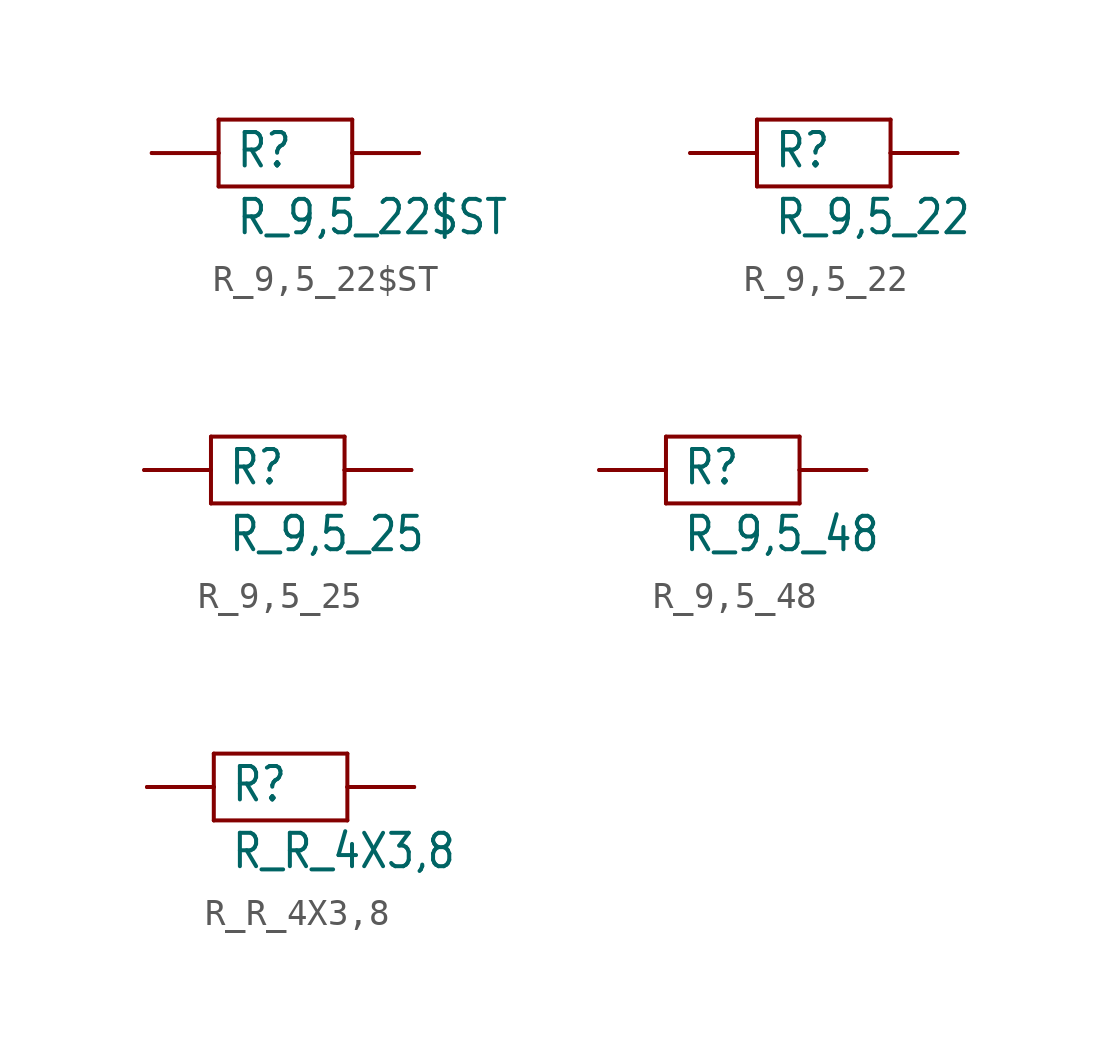
<source format=kicad_sym>
(kicad_symbol_lib
  (version 20201005)
  (generator kicad_symbol_editor)
  (symbol "R_9,5_22$ST"
    (property "Reference" "R"
      (at -1.905 -0.635 0)
      (effects (font (size 1.27 1.079)) (justify left bottom)))
    (property "Value" "R_9,5_22$ST"
      (at -1.905 -3.175 0)
      (effects (font (size 1.27 1.079)) (justify left bottom)))
    (property "ki_locked" ""
      (at 0 0 0)
      (effects (font (size 1.27 1.27))))
    (symbol "R_9,5_22$ST_1_0"
      (polyline (pts (xy -5.08 0) (xy -2.54 0)) (stroke (width 0.152)) (fill (type none)))
      (polyline (pts (xy 2.54 0) (xy 5.08 0)) (stroke (width 0.152)) (fill (type none)))
      (polyline (pts (xy -2.54 1.27) (xy -2.54 0)) (stroke (width 0.152)) (fill (type none)))
      (polyline (pts (xy -2.54 0) (xy -2.54 -1.27)) (stroke (width 0.152)) (fill (type none)))
      (polyline (pts (xy -2.54 -1.27) (xy 2.54 -1.27)) (stroke (width 0.152)) (fill (type none)))
      (polyline (pts (xy 2.54 -1.27) (xy 2.54 0)) (stroke (width 0.152)) (fill (type none)))
      (polyline (pts (xy 2.54 0) (xy 2.54 1.27)) (stroke (width 0.152)) (fill (type none)))
      (polyline (pts (xy 2.54 1.27) (xy -2.54 1.27)) (stroke (width 0.152)) (fill (type none)))
      (pin passive line (at -5.08 0 0) (length 0) (name "1" (effects (font (size 0 0)))) (number "1" (effects (font (size 0 0)))))
      (pin passive line (at 5.08 0 180) (length 0) (name "2" (effects (font (size 0 0)))) (number "2" (effects (font (size 0 0)))))))
  (symbol "R_9,5_22"
    (property "Reference" "R"
      (at -1.905 -0.635 0)
      (effects (font (size 1.27 1.079)) (justify left bottom)))
    (property "Value" "R_9,5_22"
      (at -1.905 -3.175 0)
      (effects (font (size 1.27 1.079)) (justify left bottom)))
    (property "ki_locked" ""
      (at 0 0 0)
      (effects (font (size 1.27 1.27))))
    (symbol "R_9,5_22_1_0"
      (polyline (pts (xy -5.08 0) (xy -2.54 0)) (stroke (width 0.152)) (fill (type none)))
      (polyline (pts (xy 2.54 0) (xy 5.08 0)) (stroke (width 0.152)) (fill (type none)))
      (polyline (pts (xy -2.54 1.27) (xy -2.54 0)) (stroke (width 0.152)) (fill (type none)))
      (polyline (pts (xy -2.54 0) (xy -2.54 -1.27)) (stroke (width 0.152)) (fill (type none)))
      (polyline (pts (xy -2.54 -1.27) (xy 2.54 -1.27)) (stroke (width 0.152)) (fill (type none)))
      (polyline (pts (xy 2.54 -1.27) (xy 2.54 0)) (stroke (width 0.152)) (fill (type none)))
      (polyline (pts (xy 2.54 0) (xy 2.54 1.27)) (stroke (width 0.152)) (fill (type none)))
      (polyline (pts (xy 2.54 1.27) (xy -2.54 1.27)) (stroke (width 0.152)) (fill (type none)))
      (pin passive line (at -5.08 0 0) (length 0) (name "1" (effects (font (size 0 0)))) (number "1" (effects (font (size 0 0)))))
      (pin passive line (at 5.08 0 180) (length 0) (name "2" (effects (font (size 0 0)))) (number "2" (effects (font (size 0 0)))))))
  (symbol "R_9,5_25"
    (property "Reference" "R"
      (at -1.905 -0.635 0)
      (effects (font (size 1.27 1.079)) (justify left bottom)))
    (property "Value" "R_9,5_25"
      (at -1.905 -3.175 0)
      (effects (font (size 1.27 1.079)) (justify left bottom)))
    (property "ki_locked" ""
      (at 0 0 0)
      (effects (font (size 1.27 1.27))))
    (symbol "R_9,5_25_1_0"
      (polyline (pts (xy -5.08 0) (xy -2.54 0)) (stroke (width 0.152)) (fill (type none)))
      (polyline (pts (xy 2.54 0) (xy 5.08 0)) (stroke (width 0.152)) (fill (type none)))
      (polyline (pts (xy -2.54 1.27) (xy -2.54 0)) (stroke (width 0.152)) (fill (type none)))
      (polyline (pts (xy -2.54 0) (xy -2.54 -1.27)) (stroke (width 0.152)) (fill (type none)))
      (polyline (pts (xy -2.54 -1.27) (xy 2.54 -1.27)) (stroke (width 0.152)) (fill (type none)))
      (polyline (pts (xy 2.54 -1.27) (xy 2.54 0)) (stroke (width 0.152)) (fill (type none)))
      (polyline (pts (xy 2.54 0) (xy 2.54 1.27)) (stroke (width 0.152)) (fill (type none)))
      (polyline (pts (xy 2.54 1.27) (xy -2.54 1.27)) (stroke (width 0.152)) (fill (type none)))
      (pin passive line (at -5.08 0 0) (length 0) (name "1" (effects (font (size 0 0)))) (number "1" (effects (font (size 0 0)))))
      (pin passive line (at 5.08 0 180) (length 0) (name "2" (effects (font (size 0 0)))) (number "2" (effects (font (size 0 0)))))))
  (symbol "R_9,5_48"
    (property "Reference" "R"
      (at -1.905 -0.635 0)
      (effects (font (size 1.27 1.079)) (justify left bottom)))
    (property "Value" "R_9,5_48"
      (at -1.905 -3.175 0)
      (effects (font (size 1.27 1.079)) (justify left bottom)))
    (property "ki_locked" ""
      (at 0 0 0)
      (effects (font (size 1.27 1.27))))
    (symbol "R_9,5_48_1_0"
      (polyline (pts (xy -5.08 0) (xy -2.54 0)) (stroke (width 0.152)) (fill (type none)))
      (polyline (pts (xy 2.54 0) (xy 5.08 0)) (stroke (width 0.152)) (fill (type none)))
      (polyline (pts (xy -2.54 1.27) (xy -2.54 0)) (stroke (width 0.152)) (fill (type none)))
      (polyline (pts (xy -2.54 0) (xy -2.54 -1.27)) (stroke (width 0.152)) (fill (type none)))
      (polyline (pts (xy -2.54 -1.27) (xy 2.54 -1.27)) (stroke (width 0.152)) (fill (type none)))
      (polyline (pts (xy 2.54 -1.27) (xy 2.54 0)) (stroke (width 0.152)) (fill (type none)))
      (polyline (pts (xy 2.54 0) (xy 2.54 1.27)) (stroke (width 0.152)) (fill (type none)))
      (polyline (pts (xy 2.54 1.27) (xy -2.54 1.27)) (stroke (width 0.152)) (fill (type none)))
      (pin passive line (at -5.08 0 0) (length 0) (name "1" (effects (font (size 0 0)))) (number "1" (effects (font (size 0 0)))))
      (pin passive line (at 5.08 0 180) (length 0) (name "2" (effects (font (size 0 0)))) (number "2" (effects (font (size 0 0)))))))
  (symbol "R_R_4X3,8"
    (property "Reference" "R"
      (at -1.905 -0.635 0)
      (effects (font (size 1.27 1.079)) (justify left bottom)))
    (property "Value" "R_R_4X3,8"
      (at -1.905 -3.175 0)
      (effects (font (size 1.27 1.079)) (justify left bottom)))
    (property "ki_locked" ""
      (at 0 0 0)
      (effects (font (size 1.27 1.27))))
    (symbol "R_R_4X3,8_1_0"
      (polyline (pts (xy -5.08 0) (xy -2.54 0)) (stroke (width 0.152)) (fill (type none)))
      (polyline (pts (xy 2.54 0) (xy 5.08 0)) (stroke (width 0.152)) (fill (type none)))
      (polyline (pts (xy -2.54 1.27) (xy -2.54 0)) (stroke (width 0.152)) (fill (type none)))
      (polyline (pts (xy -2.54 0) (xy -2.54 -1.27)) (stroke (width 0.152)) (fill (type none)))
      (polyline (pts (xy -2.54 -1.27) (xy 2.54 -1.27)) (stroke (width 0.152)) (fill (type none)))
      (polyline (pts (xy 2.54 -1.27) (xy 2.54 0)) (stroke (width 0.152)) (fill (type none)))
      (polyline (pts (xy 2.54 0) (xy 2.54 1.27)) (stroke (width 0.152)) (fill (type none)))
      (polyline (pts (xy 2.54 1.27) (xy -2.54 1.27)) (stroke (width 0.152)) (fill (type none)))
      (pin passive line (at -5.08 0 0) (length 0) (name "1" (effects (font (size 0 0)))) (number "1" (effects (font (size 0 0)))))
      (pin passive line (at 5.08 0 180) (length 0) (name "2" (effects (font (size 0 0)))) (number "2" (effects (font (size 0 0))))))))
</source>
